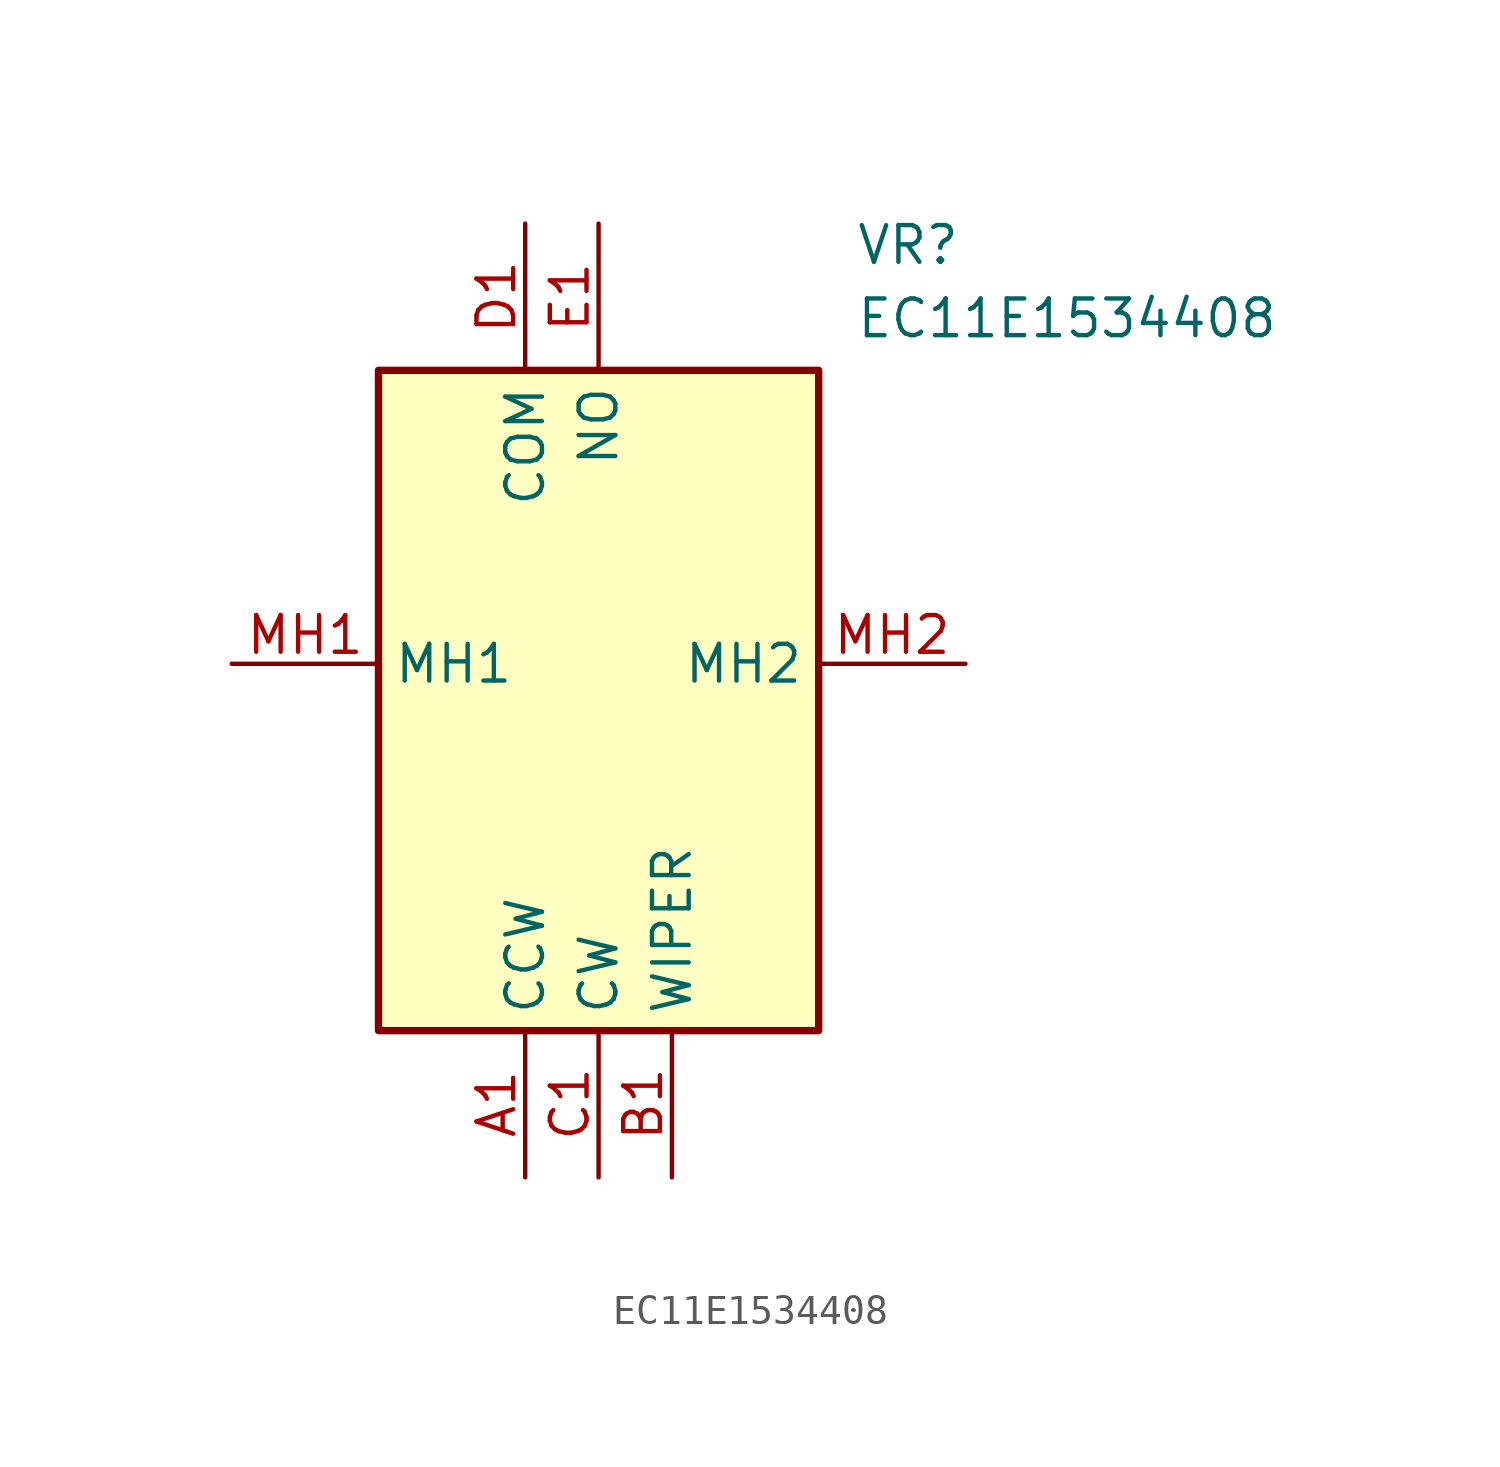
<source format=kicad_sym>
(kicad_symbol_lib
  (version 20211014)
  (generator SamacSys_ECAD_Model)
  (symbol "EC11E1534408"
    (property "Reference" "VR"
      (at 21.59 15.24 0)
      (effects (font (size 1.27 1.27)) (justify left top)))
    (property "Value" "EC11E1534408"
      (at 21.59 12.7 0)
      (effects (font (size 1.27 1.27)) (justify left top)))
    (rectangle
      (start 5.08 10.16)
      (end 20.32 -12.7)
      (stroke (width 0.254) (type default))
      (fill (type background)))
    (pin passive line
      (at 10.16 -17.78 90)
      (length 5.08)
      (name "CCW" (effects (font (size 1.27 1.27))))
      (number "A1" (effects (font (size 1.27 1.27)))))
    (pin passive line
      (at 15.24 -17.78 90)
      (length 5.08)
      (name "WIPER" (effects (font (size 1.27 1.27))))
      (number "B1" (effects (font (size 1.27 1.27)))))
    (pin passive line
      (at 12.7 -17.78 90)
      (length 5.08)
      (name "CW" (effects (font (size 1.27 1.27))))
      (number "C1" (effects (font (size 1.27 1.27)))))
    (pin passive line
      (at 10.16 15.24 270)
      (length 5.08)
      (name "COM" (effects (font (size 1.27 1.27))))
      (number "D1" (effects (font (size 1.27 1.27)))))
    (pin passive line
      (at 12.7 15.24 270)
      (length 5.08)
      (name "NO" (effects (font (size 1.27 1.27))))
      (number "E1" (effects (font (size 1.27 1.27)))))
    (pin passive line
      (at 0 0 0)
      (length 5.08)
      (name "MH1" (effects (font (size 1.27 1.27))))
      (number "MH1" (effects (font (size 1.27 1.27)))))
    (pin passive line
      (at 25.4 0 180)
      (length 5.08)
      (name "MH2" (effects (font (size 1.27 1.27))))
      (number "MH2" (effects (font (size 1.27 1.27)))))))
</source>
